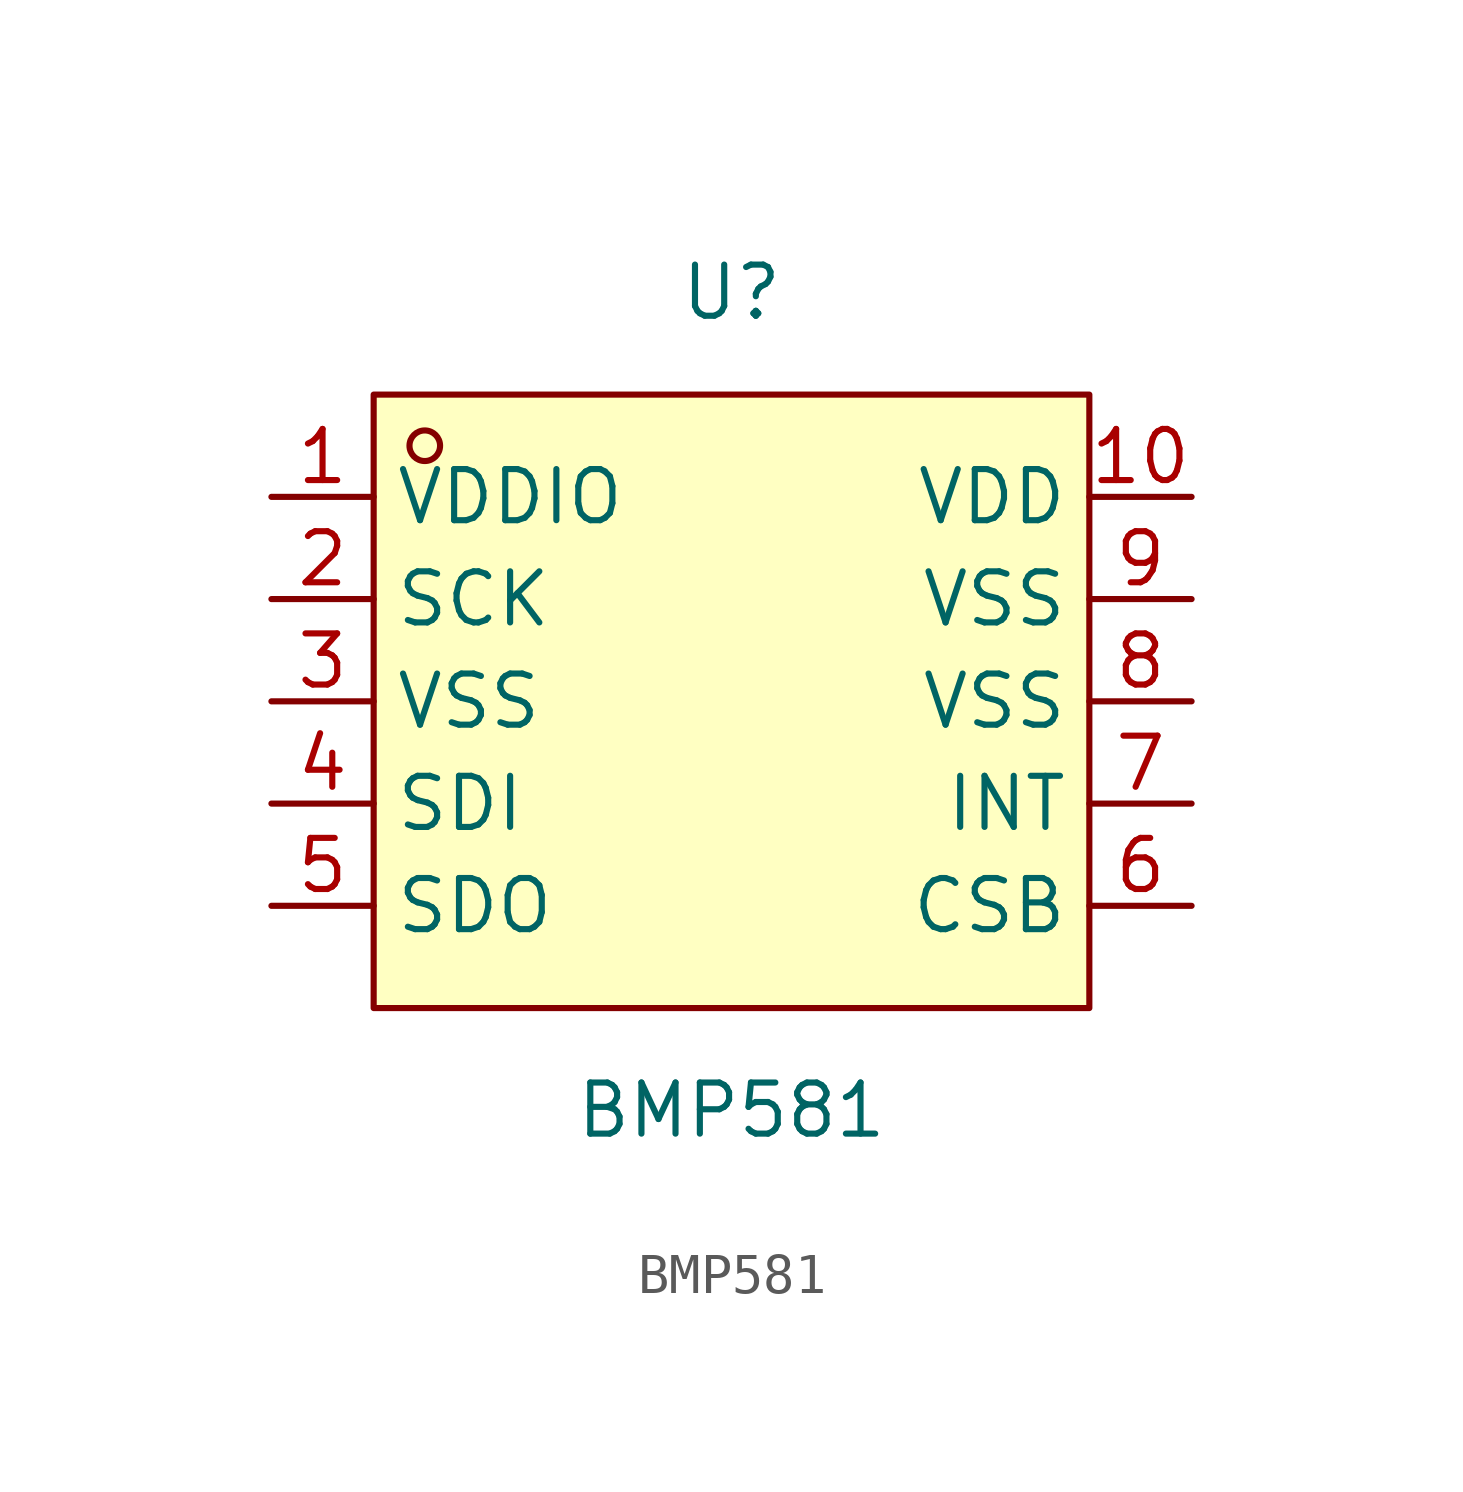
<source format=kicad_sym>
(kicad_symbol_lib
  (version 20241209)
  (generator "kicad_symbol_editor")
  (generator_version "9.0")
  (symbol "BMP581"
    (property "Reference" "U"
      (at 0 10.16 0)
      (effects (font (size 1.27 1.27))))
    (property "Value" "BMP581"
      (at 0 -10.16 0)
      (effects (font (size 1.27 1.27))))
    (symbol "BMP581_0_1"
      (rectangle (start -8.89 7.62) (end 8.89 -7.62) (stroke (width 0) (type default)) (fill (type background)))
      (circle (center -7.62 6.35) (radius 0.38) (stroke (width 0) (type default)) (fill (type none))))
    (symbol "BMP581_1_1"
      (pin power_in line (at -11.43 5.08 0) (length 2.54) (name "VDDIO" (effects (font (size 1.27 1.27)))) (number "1" (effects (font (size 1.27 1.27)))))
      (pin input line (at -11.43 2.54 0) (length 2.54) (name "SCK" (effects (font (size 1.27 1.27)))) (number "2" (effects (font (size 1.27 1.27)))))
      (pin power_in line (at -11.43 0 0) (length 2.54) (name "VSS" (effects (font (size 1.27 1.27)))) (number "3" (effects (font (size 1.27 1.27)))))
      (pin bidirectional line (at -11.43 -2.54 0) (length 2.54) (name "SDI" (effects (font (size 1.27 1.27)))) (number "4" (effects (font (size 1.27 1.27)))))
      (pin bidirectional line (at -11.43 -5.08 0) (length 2.54) (name "SDO" (effects (font (size 1.27 1.27)))) (number "5" (effects (font (size 1.27 1.27)))))
      (pin power_in line (at 11.43 5.08 180) (length 2.54) (name "VDD" (effects (font (size 1.27 1.27)))) (number "10" (effects (font (size 1.27 1.27)))))
      (pin power_in line (at 11.43 2.54 180) (length 2.54) (name "VSS" (effects (font (size 1.27 1.27)))) (number "9" (effects (font (size 1.27 1.27)))))
      (pin power_in line (at 11.43 0 180) (length 2.54) (name "VSS" (effects (font (size 1.27 1.27)))) (number "8" (effects (font (size 1.27 1.27)))))
      (pin output line (at 11.43 -2.54 180) (length 2.54) (name "INT" (effects (font (size 1.27 1.27)))) (number "7" (effects (font (size 1.27 1.27)))))
      (pin input line (at 11.43 -5.08 180) (length 2.54) (name "CSB" (effects (font (size 1.27 1.27)))) (number "6" (effects (font (size 1.27 1.27))))))))
</source>
